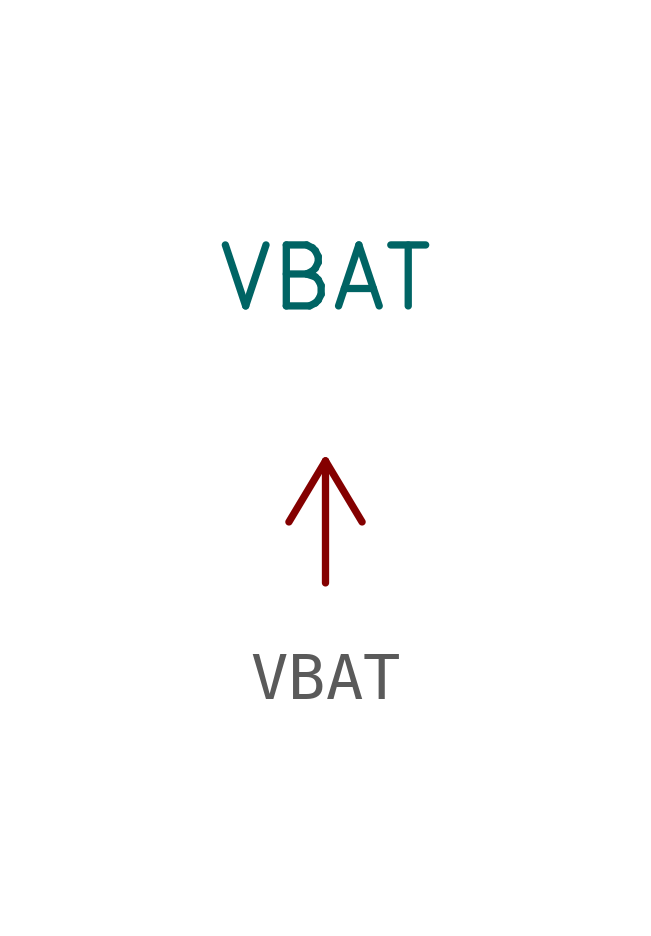
<source format=kicad_sym>
(kicad_symbol_lib
  (version 20201005)
  (generator kicad_symbol_editor)
  (symbol "custom:VBAT"
    (power)
    (property "Reference" "#PWR"
      (at 0 -1.905 0)
      (effects (font (size 1.27 1.27)) hide))
    (property "Value" "VBAT"
      (at 0 6.35 0)
      (effects (font (size 1.27 1.27))))
    (symbol "VBAT_0_1"
      (polyline (pts (xy -0.762 1.27) (xy 0 2.54)) (stroke (width 0)) (fill (type none)))
      (polyline (pts (xy 0 0) (xy 0 2.54)) (stroke (width 0)) (fill (type none)))
      (polyline (pts (xy 0 2.54) (xy 0.762 1.27)) (stroke (width 0)) (fill (type none))))
    (symbol "VBAT_1_1"
      (pin power_in line (at 0 0 90) (length 0) hide (name "VBAT" (effects (font (size 1.27 1.27)))) (number "1" (effects (font (size 1.27 1.27))))))))
</source>
